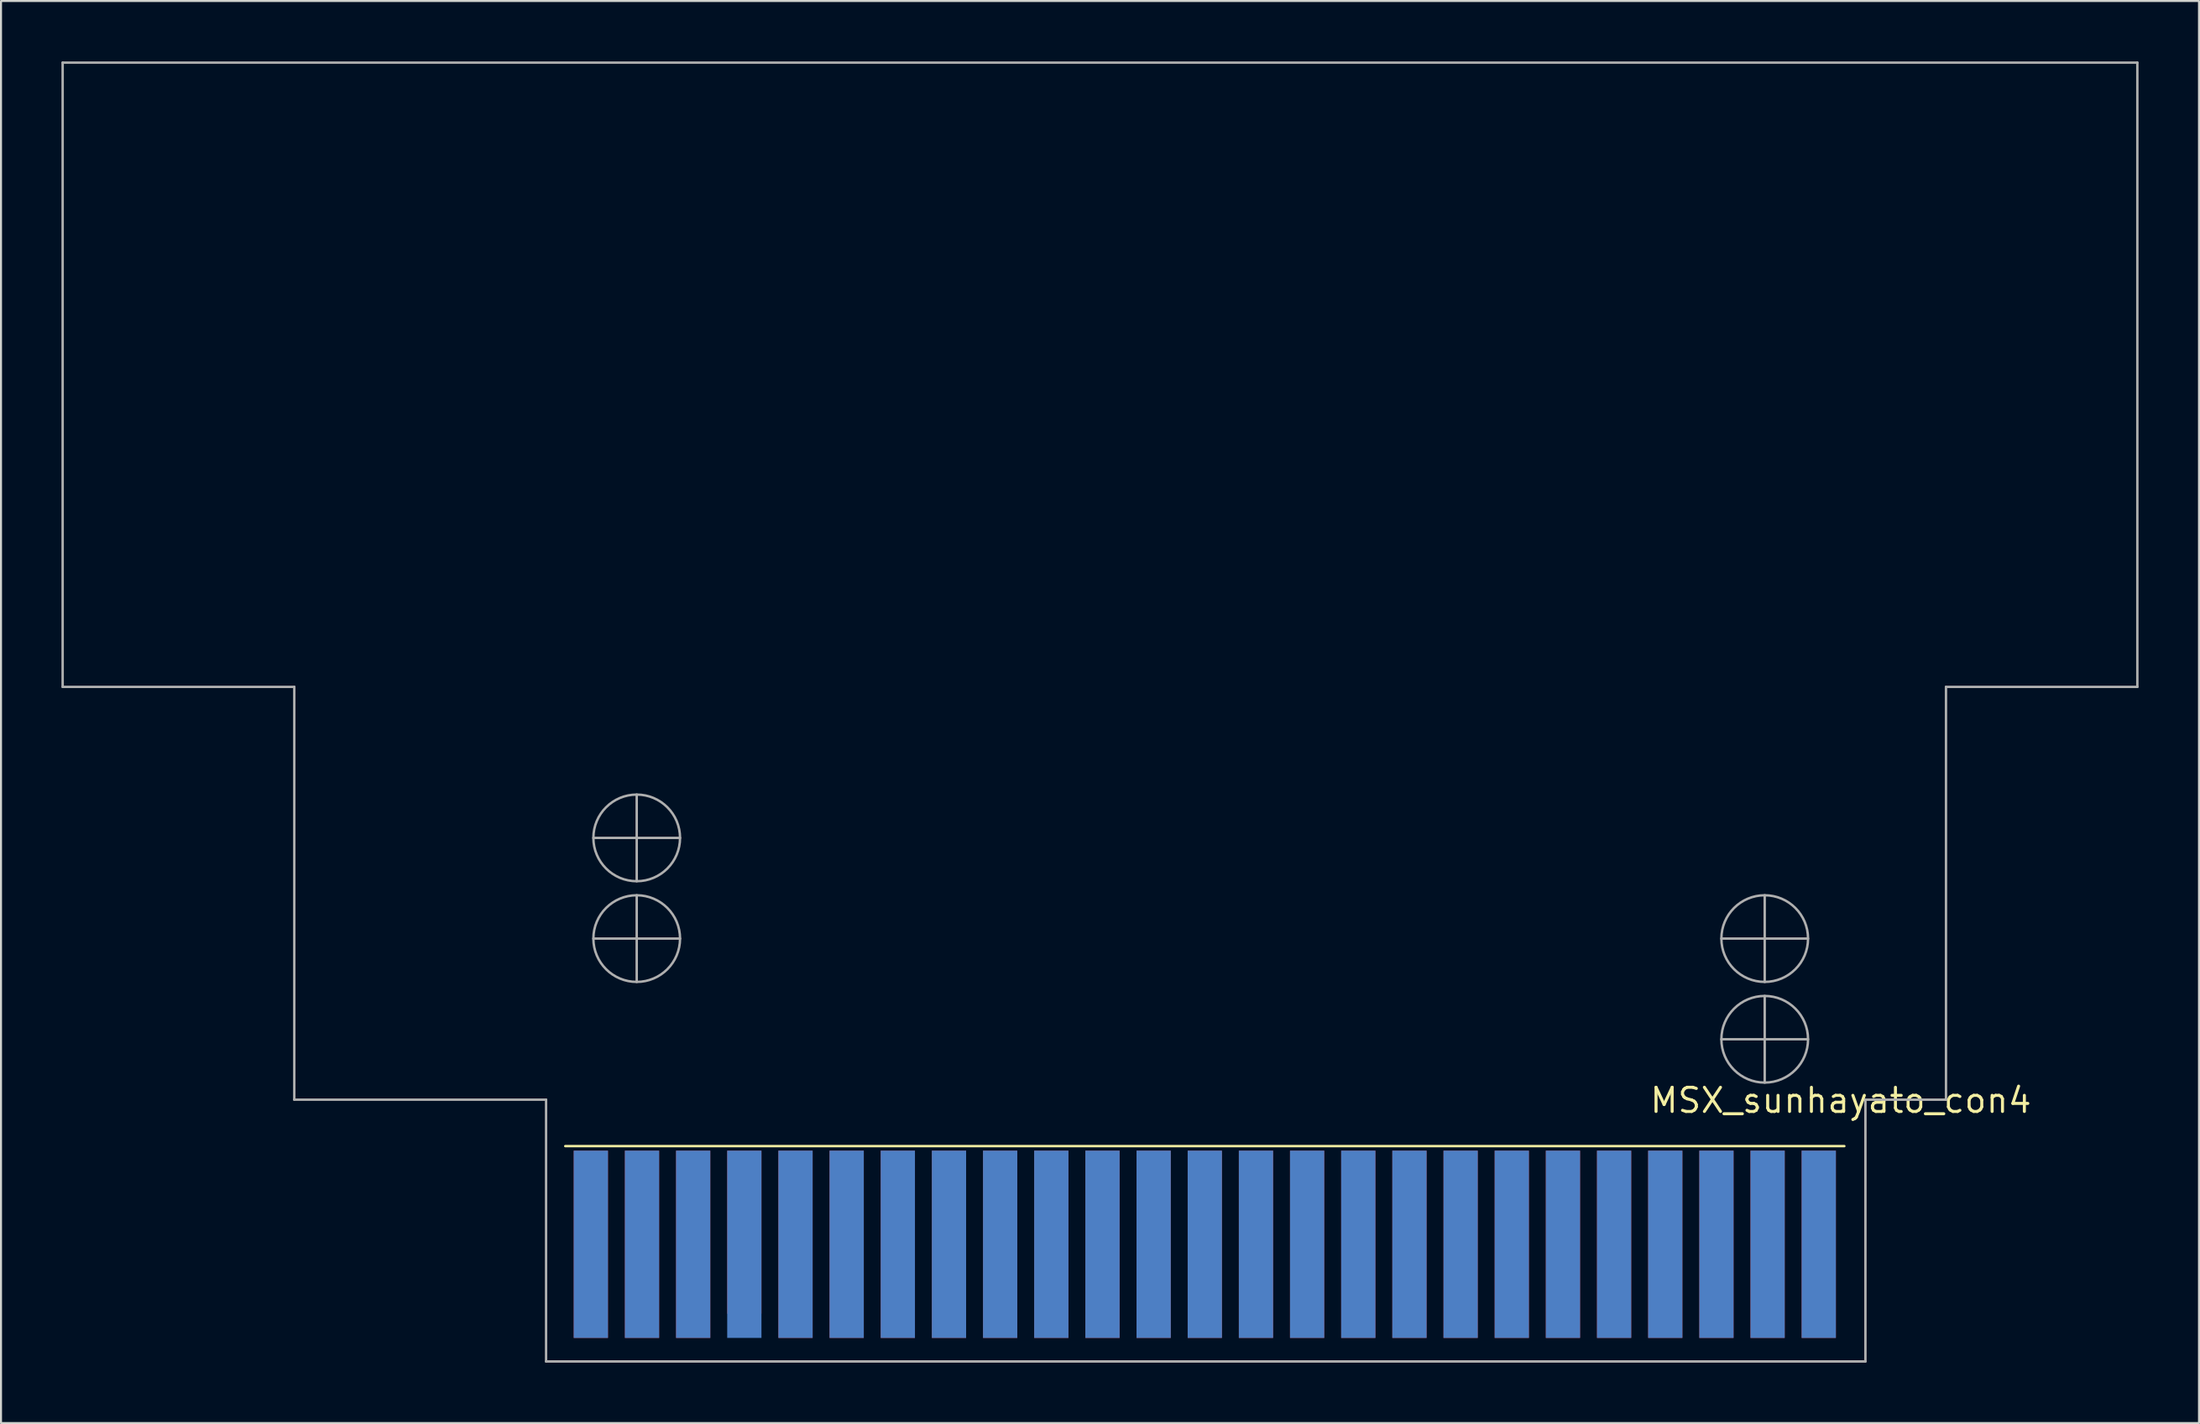
<source format=kicad_pcb>
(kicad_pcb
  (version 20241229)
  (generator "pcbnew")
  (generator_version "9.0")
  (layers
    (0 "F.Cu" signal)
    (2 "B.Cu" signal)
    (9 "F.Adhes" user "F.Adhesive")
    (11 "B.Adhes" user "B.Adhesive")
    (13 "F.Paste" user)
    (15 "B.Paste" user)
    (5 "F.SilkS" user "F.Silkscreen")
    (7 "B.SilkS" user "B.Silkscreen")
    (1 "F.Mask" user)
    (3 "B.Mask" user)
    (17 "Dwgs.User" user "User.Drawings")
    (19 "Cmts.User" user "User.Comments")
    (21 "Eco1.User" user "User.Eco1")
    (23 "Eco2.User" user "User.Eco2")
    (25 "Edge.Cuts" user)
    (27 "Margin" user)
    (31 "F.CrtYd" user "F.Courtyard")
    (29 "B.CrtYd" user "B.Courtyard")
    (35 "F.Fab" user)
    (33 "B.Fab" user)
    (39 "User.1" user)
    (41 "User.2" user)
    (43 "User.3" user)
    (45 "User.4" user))
  (footprint "MSX_sunhayato_con4"
    (layer "F.Cu")
    (at 56.763 58.591)
    (property "Reference" "MSX_sunhayato_con4" (at 31.573 -6.994 0) (layer "F.SilkS") (effects (font (size 1.2 1.2) (thickness 0.15))))
    (attr through_hole)
    (fp_poly (pts (xy 32.796 -4.61) (xy 32.796 5.969) (xy -32.703 5.969) (xy -32.703 -4.61)) (stroke (width 0.1) (type solid)) (fill yes) (layer "F.Mask"))
    (fp_poly (pts (xy 32.796 5.969) (xy -32.703 5.969) (xy -32.703 -4.61) (xy 32.796 -4.61)) (stroke (width 0.1) (type solid)) (fill yes) (layer "B.Mask"))
    (fp_line (start -31.75 -4.725) (end 31.75 -4.725) (stroke (width 0.12) (type solid)) (layer "F.SilkS"))
    (fp_line (start -56.703 -58.531) (end 46.297 -58.531) (stroke (width 0.12) (type solid)) (layer "F.Fab"))
    (fp_line (start -56.703 -27.531) (end -56.703 -58.531) (stroke (width 0.12) (type solid)) (layer "F.Fab"))
    (fp_line (start -45.203 -27.531) (end -56.703 -27.531) (stroke (width 0.12) (type solid)) (layer "F.Fab"))
    (fp_line (start -45.203 -7.031) (end -45.203 -27.531) (stroke (width 0.12) (type solid)) (layer "F.Fab"))
    (fp_line (start -32.703 -7.031) (end -45.203 -7.031) (stroke (width 0.12) (type solid)) (layer "F.Fab"))
    (fp_line (start -32.703 5.969) (end -32.703 -7.031) (stroke (width 0.12) (type solid)) (layer "F.Fab"))
    (fp_line (start -30.352 -15.031) (end -26.052 -15.031) (stroke (width 0.12) (type solid)) (layer "F.Fab"))
    (fp_line (start -28.203 -22.181) (end -28.203 -17.881) (stroke (width 0.12) (type solid)) (layer "F.Fab"))
    (fp_line (start -28.203 -17.181) (end -28.203 -12.881) (stroke (width 0.12) (type solid)) (layer "F.Fab"))
    (fp_line (start -26.052 -20.031) (end -30.352 -20.031) (stroke (width 0.12) (type solid)) (layer "F.Fab"))
    (fp_line (start 25.648 -15.031) (end 29.948 -15.031) (stroke (width 0.12) (type solid)) (layer "F.Fab"))
    (fp_line (start 25.648 -10.031) (end 29.948 -10.031) (stroke (width 0.12) (type solid)) (layer "F.Fab"))
    (fp_line (start 27.797 -12.881) (end 27.797 -17.181) (stroke (width 0.12) (type solid)) (layer "F.Fab"))
    (fp_line (start 27.797 -7.881) (end 27.797 -12.181) (stroke (width 0.12) (type solid)) (layer "F.Fab"))
    (fp_line (start 32.797 -7.031) (end 32.797 5.969) (stroke (width 0.12) (type solid)) (layer "F.Fab"))
    (fp_line (start 32.797 5.969) (end -32.703 5.969) (stroke (width 0.12) (type solid)) (layer "F.Fab"))
    (fp_line (start 36.797 -27.531) (end 36.797 -7.031) (stroke (width 0.12) (type solid)) (layer "F.Fab"))
    (fp_line (start 36.797 -7.031) (end 32.797 -7.031) (stroke (width 0.12) (type solid)) (layer "F.Fab"))
    (fp_line (start 46.297 -58.531) (end 46.297 -27.531) (stroke (width 0.12) (type solid)) (layer "F.Fab"))
    (fp_line (start 46.297 -27.531) (end 36.797 -27.531) (stroke (width 0.12) (type solid)) (layer "F.Fab"))
    (fp_circle (center -28.203 -20.031) (end -26.052 -20.031) (stroke (width 0.12) (type solid)) (fill no) (layer "F.Fab"))
    (fp_circle (center -28.203 -15.031) (end -26.052 -15.031) (stroke (width 0.12) (type solid)) (fill no) (layer "F.Fab"))
    (fp_circle (center 27.797 -15.031) (end 29.948 -15.031) (stroke (width 0.12) (type solid)) (fill no) (layer "F.Fab"))
    (fp_circle (center 27.797 -10.031) (end 29.948 -10.031) (stroke (width 0.12) (type solid)) (fill no) (layer "F.Fab"))
    (pad "1" smd rect (at 30.48 0.15) (size 1.7 9.3) (layers "B.Cu" "B.Mask"))
    (pad "2" smd rect (at 30.48 0.15) (size 1.7 9.3) (layers "F.Cu" "F.Mask"))
    (pad "3" smd rect (at 27.94 0.15) (size 1.7 9.3) (layers "B.Cu" "B.Mask"))
    (pad "4" smd rect (at 27.94 0.15) (size 1.7 9.3) (layers "F.Cu" "F.Mask"))
    (pad "5" smd rect (at 25.4 0.15) (size 1.7 9.3) (layers "B.Cu" "B.Mask"))
    (pad "6" smd rect (at 25.4 0.15) (size 1.7 9.3) (layers "F.Cu" "F.Mask"))
    (pad "7" smd rect (at 22.86 0.15) (size 1.7 9.3) (layers "B.Cu" "B.Mask"))
    (pad "8" smd rect (at 22.86 0.15) (size 1.7 9.3) (layers "F.Cu" "F.Mask"))
    (pad "9" smd rect (at 20.32 0.15) (size 1.7 9.3) (layers "B.Cu" "B.Mask"))
    (pad "10" smd rect (at 20.32 0.15) (size 1.7 9.3) (layers "F.Cu" "F.Mask"))
    (pad "11" smd rect (at 17.78 0.15) (size 1.7 9.3) (layers "B.Cu" "B.Mask"))
    (pad "12" smd rect (at 17.78 0.15) (size 1.7 9.3) (layers "F.Cu" "F.Mask"))
    (pad "13" smd rect (at 15.24 0.15) (size 1.7 9.3) (layers "B.Cu" "B.Mask"))
    (pad "14" smd rect (at 15.24 0.15) (size 1.7 9.3) (layers "F.Cu" "F.Mask"))
    (pad "15" smd rect (at 12.7 0.15) (size 1.7 9.3) (layers "B.Cu" "B.Mask"))
    (pad "16" smd rect (at 12.7 0.15) (size 1.7 9.3) (layers "F.Cu" "F.Mask"))
    (pad "17" smd rect (at 10.16 0.15) (size 1.7 9.3) (layers "B.Cu" "B.Mask"))
    (pad "18" smd rect (at 10.16 0.15) (size 1.7 9.3) (layers "F.Cu" "F.Mask"))
    (pad "19" smd rect (at 7.62 0.15) (size 1.7 9.3) (layers "B.Cu" "B.Mask"))
    (pad "20" smd rect (at 7.62 0.15) (size 1.7 9.3) (layers "F.Cu" "F.Mask"))
    (pad "21" smd rect (at 5.08 0.15) (size 1.7 9.3) (layers "B.Cu" "B.Mask"))
    (pad "22" smd rect (at 5.08 0.15) (size 1.7 9.3) (layers "F.Cu" "F.Mask"))
    (pad "23" smd rect (at 2.54 0.15) (size 1.7 9.3) (layers "B.Cu" "B.Mask"))
    (pad "24" smd rect (at 2.54 0.15) (size 1.7 9.3) (layers "F.Cu" "F.Mask"))
    (pad "25" smd rect (at 0 0.15) (size 1.7 9.3) (layers "B.Cu" "B.Mask"))
    (pad "26" smd rect (at 0 0.15) (size 1.7 9.3) (layers "F.Cu" "F.Mask"))
    (pad "27" smd rect (at -2.54 0.15) (size 1.7 9.3) (layers "B.Cu" "B.Mask"))
    (pad "28" smd rect (at -2.54 0.15) (size 1.7 9.3) (layers "F.Cu" "F.Mask"))
    (pad "29" smd rect (at -5.08 0.15) (size 1.7 9.3) (layers "B.Cu" "B.Mask"))
    (pad "30" smd rect (at -5.08 0.15) (size 1.7 9.3) (layers "F.Cu" "F.Mask"))
    (pad "31" smd rect (at -7.62 0.15 180) (size 1.7 9.3) (layers "B.Cu" "B.Mask"))
    (pad "32" smd rect (at -7.62 0.15) (size 1.7 9.3) (layers "F.Cu" "F.Mask"))
    (pad "33" smd rect (at -10.16 0.15) (size 1.7 9.3) (layers "B.Cu" "B.Mask"))
    (pad "34" smd rect (at -10.16 0.15) (size 1.7 9.3) (layers "F.Cu" "F.Mask"))
    (pad "35" smd rect (at -12.7 0.15) (size 1.7 9.3) (layers "B.Cu" "B.Mask"))
    (pad "36" smd rect (at -12.7 0.15) (size 1.7 9.3) (layers "F.Cu" "F.Mask"))
    (pad "37" smd rect (at -15.24 0.15) (size 1.7 9.3) (layers "B.Cu" "B.Mask"))
    (pad "38" smd rect (at -15.24 0.15) (size 1.7 9.3) (layers "F.Cu" "F.Mask"))
    (pad "39" smd rect (at -17.78 0.15) (size 1.7 9.3) (layers "B.Cu" "B.Mask"))
    (pad "40" smd rect (at -17.78 0.15) (size 1.7 9.3) (layers "F.Cu" "F.Mask"))
    (pad "41" smd rect (at -20.32 0.15) (size 1.7 9.3) (layers "B.Cu" "B.Mask"))
    (pad "42" smd rect (at -20.32 0.15) (size 1.7 9.3) (layers "F.Cu" "F.Mask"))
    (pad "43" smd rect (at -22.86 0.15) (size 1.7 9.3) (layers "B.Cu" "B.Mask"))
    (pad "44" smd rect (at -22.86 -0.45) (size 1.7 8.1) (layers "F.Cu" "F.Mask"))
    (pad "45" smd rect (at -25.4 0.15) (size 1.7 9.3) (layers "B.Cu" "B.Mask"))
    (pad "46" smd rect (at -25.4 0.15) (size 1.7 9.3) (layers "F.Cu" "F.Mask"))
    (pad "47" smd rect (at -27.94 0.15) (size 1.7 9.3) (layers "B.Cu" "B.Mask"))
    (pad "48" smd rect (at -27.94 0.15) (size 1.7 9.3) (layers "F.Cu" "F.Mask"))
    (pad "49" smd rect (at -30.48 0.15 180) (size 1.7 9.3) (layers "B.Cu" "B.Mask"))
    (pad "50" smd rect (at -30.48 0.15) (size 1.7 9.3) (layers "F.Cu" "F.Mask")))
  (gr_rect
    (start -3 -3)
    (end 106.12 67.62)
    (stroke (width 0.1) (type default))
    (fill no)
    (layer "Edge.Cuts")))
</source>
